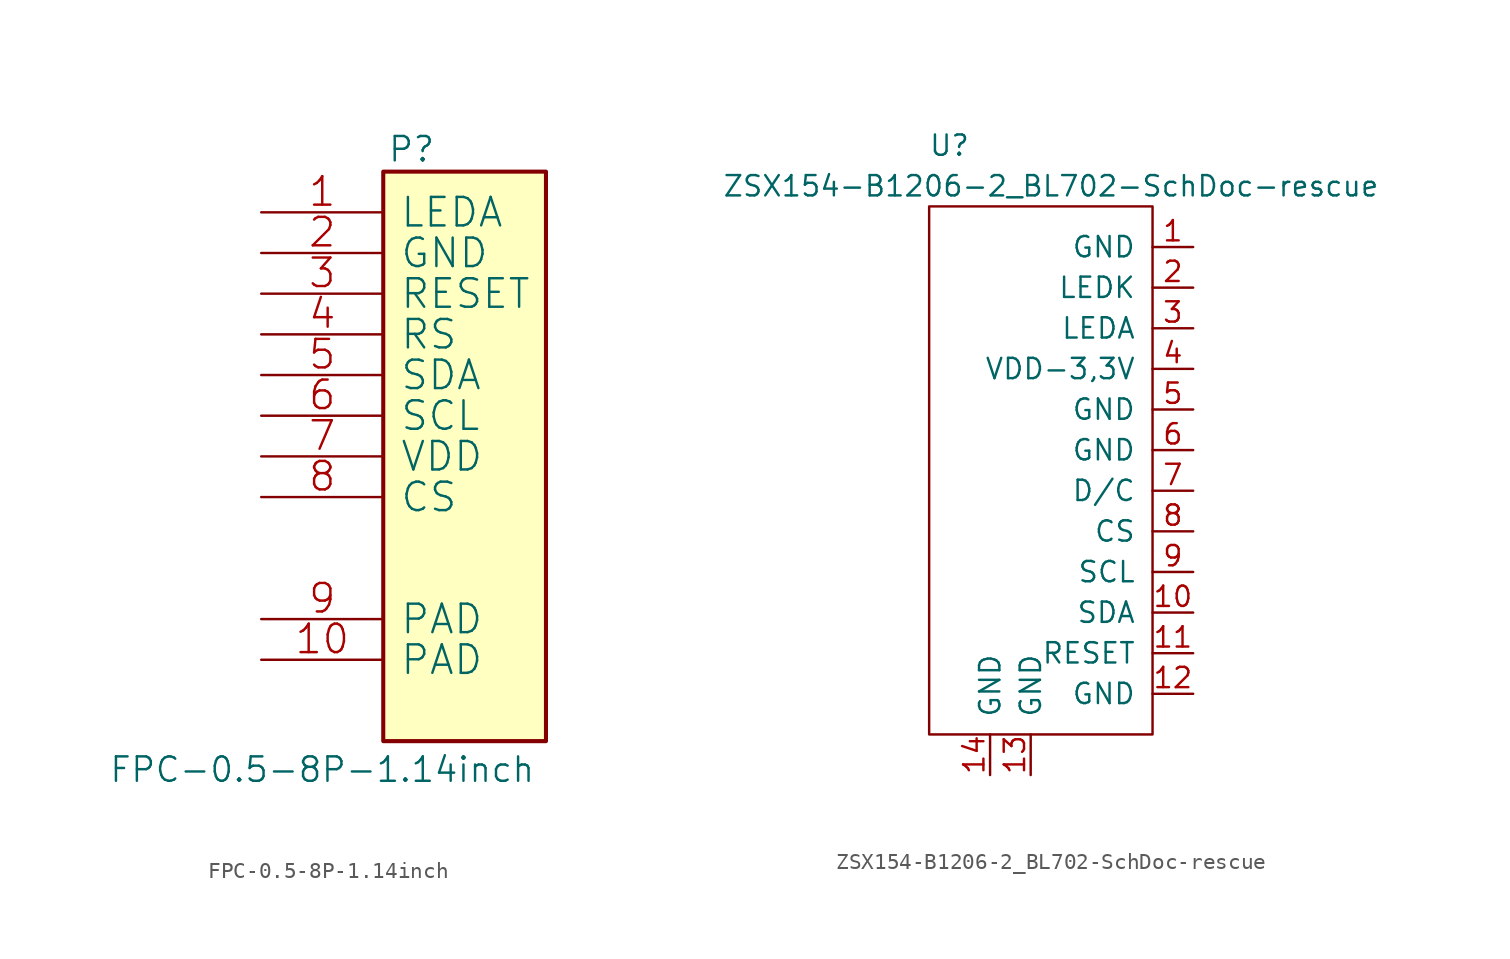
<source format=kicad_sym>
(kicad_symbol_lib
  (version 20210619)
  (generator kicad_symbol_editor)
  (symbol "FPC-0.5-8P-1.14inch"
    (pin_names
      (offset 1.016))
    (property "Reference" "P"
      (at -2.286 5.588 0)
      (effects (font (size 1.524 1.524)) (justify left bottom)))
    (property "Value" "FPC-0.5-8P-1.14inch"
      (at -6.35 -32.258 0)
      (effects (font (size 1.524 1.524))))
    (property "Footprint" ""
      (at 0 0 0)
      (effects (font (size 1.524 1.524))))
    (property "Datasheet" ""
      (at 0 0 0)
      (effects (font (size 1.524 1.524))))
    (symbol "FPC-0.5-8P-1.14inch_0_1"
      (rectangle (start -2.54 -30.48) (end 7.62 5.08) (stroke (width 0.254)) (fill (type background)))
      (pin passive line (at -10.16 2.54 0) (length 7.62) (name "LEDA" (effects (font (size 1.778 1.778)))) (number "1" (effects (font (size 1.778 1.778)))))
      (pin passive line (at -10.16 -25.4 0) (length 7.62) (name "PAD" (effects (font (size 1.778 1.778)))) (number "10" (effects (font (size 1.778 1.778)))))
      (pin passive line (at -10.16 0 0) (length 7.62) (name "GND" (effects (font (size 1.778 1.778)))) (number "2" (effects (font (size 1.778 1.778)))))
      (pin passive line (at -10.16 -2.54 0) (length 7.62) (name "RESET" (effects (font (size 1.778 1.778)))) (number "3" (effects (font (size 1.778 1.778)))))
      (pin passive line (at -10.16 -5.08 0) (length 7.62) (name "RS" (effects (font (size 1.778 1.778)))) (number "4" (effects (font (size 1.778 1.778)))))
      (pin passive line (at -10.16 -7.62 0) (length 7.62) (name "SDA" (effects (font (size 1.778 1.778)))) (number "5" (effects (font (size 1.778 1.778)))))
      (pin passive line (at -10.16 -10.16 0) (length 7.62) (name "SCL" (effects (font (size 1.778 1.778)))) (number "6" (effects (font (size 1.778 1.778)))))
      (pin passive line (at -10.16 -12.7 0) (length 7.62) (name "VDD" (effects (font (size 1.778 1.778)))) (number "7" (effects (font (size 1.778 1.778)))))
      (pin passive line (at -10.16 -15.24 0) (length 7.62) (name "CS" (effects (font (size 1.778 1.778)))) (number "8" (effects (font (size 1.778 1.778)))))
      (pin passive line (at -10.16 -22.86 0) (length 7.62) (name "PAD" (effects (font (size 1.778 1.778)))) (number "9" (effects (font (size 1.778 1.778)))))))
  (symbol "ZSX154-B1206-2_BL702-SchDoc-rescue"
    (pin_names
      (offset 1.016))
    (property "Reference" "U"
      (at -15.24 1.27 0)
      (effects (font (size 1.27 1.27))))
    (property "Value" "ZSX154-B1206-2_BL702-SchDoc-rescue"
      (at -8.89 -1.27 0)
      (effects (font (size 1.27 1.27))))
    (symbol "ZSX154-B1206-2_BL702-SchDoc-rescue_0_0"
      (pin bidirectional line (at 0 -5.08 180) (length 2.54) (name "GND" (effects (font (size 1.27 1.27)))) (number "1" (effects (font (size 1.27 1.27)))))
      (pin bidirectional line (at 0 -27.94 180) (length 2.54) (name "SDA" (effects (font (size 1.27 1.27)))) (number "10" (effects (font (size 1.27 1.27)))))
      (pin bidirectional line (at 0 -30.48 180) (length 2.54) (name "RESET" (effects (font (size 1.27 1.27)))) (number "11" (effects (font (size 1.27 1.27)))))
      (pin bidirectional line (at 0 -33.02 180) (length 2.54) (name "GND" (effects (font (size 1.27 1.27)))) (number "12" (effects (font (size 1.27 1.27)))))
      (pin bidirectional line (at -10.16 -38.1 90) (length 2.54) (name "GND" (effects (font (size 1.27 1.27)))) (number "13" (effects (font (size 1.27 1.27)))))
      (pin bidirectional line (at -12.7 -38.1 90) (length 2.54) (name "GND" (effects (font (size 1.27 1.27)))) (number "14" (effects (font (size 1.27 1.27)))))
      (pin bidirectional line (at 0 -7.62 180) (length 2.54) (name "LEDK" (effects (font (size 1.27 1.27)))) (number "2" (effects (font (size 1.27 1.27)))))
      (pin bidirectional line (at 0 -10.16 180) (length 2.54) (name "LEDA" (effects (font (size 1.27 1.27)))) (number "3" (effects (font (size 1.27 1.27)))))
      (pin bidirectional line (at 0 -12.7 180) (length 2.54) (name "VDD-3,3V" (effects (font (size 1.27 1.27)))) (number "4" (effects (font (size 1.27 1.27)))))
      (pin bidirectional line (at 0 -15.24 180) (length 2.54) (name "GND" (effects (font (size 1.27 1.27)))) (number "5" (effects (font (size 1.27 1.27)))))
      (pin bidirectional line (at 0 -17.78 180) (length 2.54) (name "GND" (effects (font (size 1.27 1.27)))) (number "6" (effects (font (size 1.27 1.27)))))
      (pin bidirectional line (at 0 -20.32 180) (length 2.54) (name "D/C" (effects (font (size 1.27 1.27)))) (number "7" (effects (font (size 1.27 1.27)))))
      (pin bidirectional line (at 0 -22.86 180) (length 2.54) (name "CS" (effects (font (size 1.27 1.27)))) (number "8" (effects (font (size 1.27 1.27)))))
      (pin bidirectional line (at 0 -25.4 180) (length 2.54) (name "SCL" (effects (font (size 1.27 1.27)))) (number "9" (effects (font (size 1.27 1.27))))))
    (symbol "ZSX154-B1206-2_BL702-SchDoc-rescue_0_1"
      (rectangle (start -2.54 -35.56) (end -16.51 -2.54) (stroke (width 0)) (fill (type none))))))
</source>
